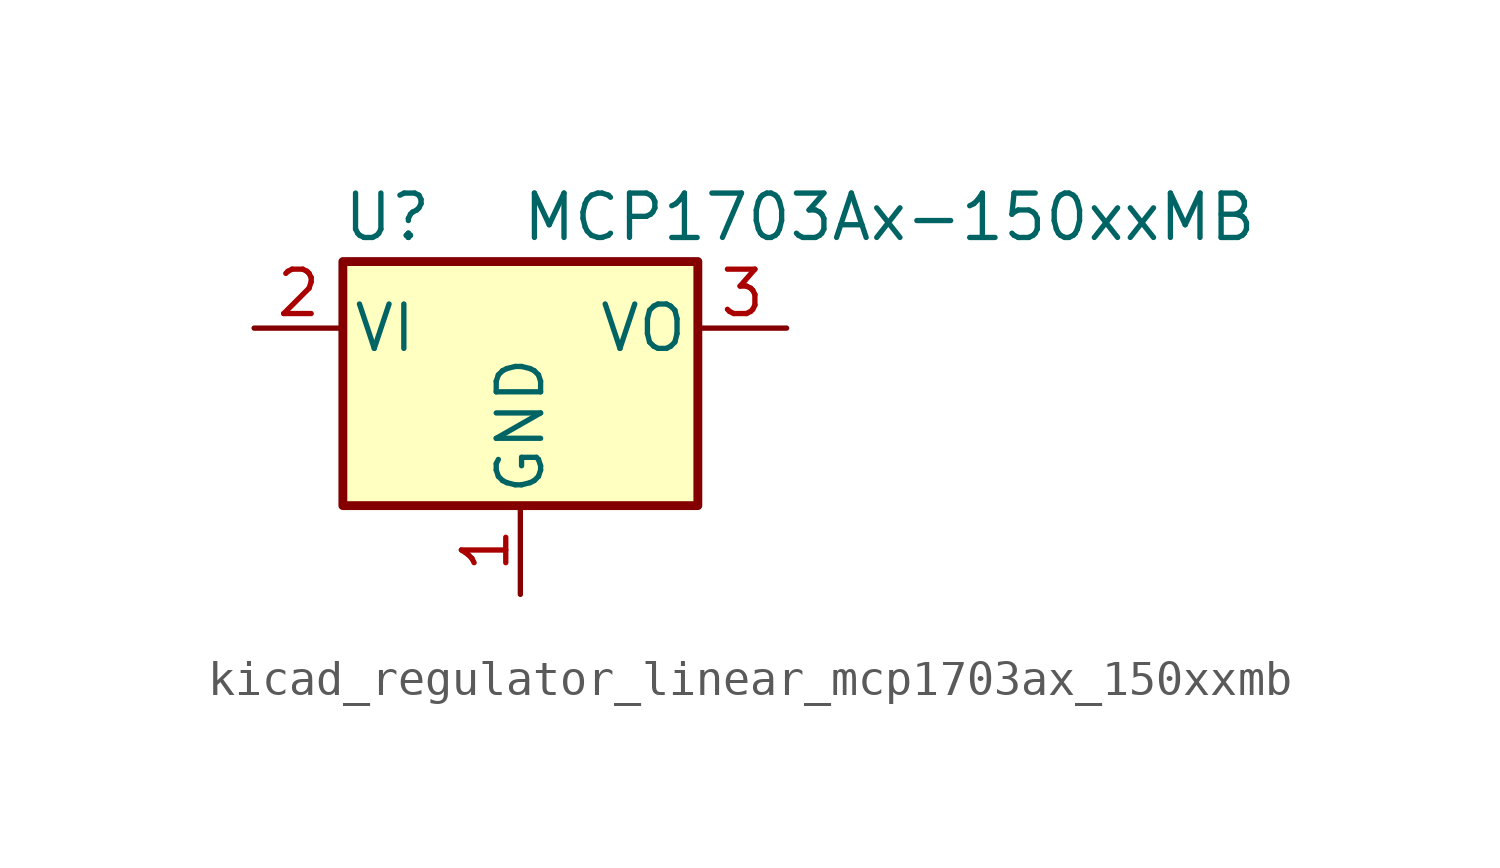
<source format=kicad_sym>
(kicad_symbol_lib
  (version 20220914)
  (generator kicad_symbol_editor)
  (symbol "kicad_regulator_linear_mcp1703ax_150xxmb"
    (pin_names
      (offset 0.254))
    (property "Reference" "U"
      (at -3.81 3.175 0)
      (effects (font (size 1.27 1.27))))
    (property "Value" "MCP1703Ax-150xxMB"
      (at 0 3.175 0)
      (effects (font (size 1.27 1.27)) (justify left)))
    (symbol "kicad_regulator_linear_mcp1703ax_150xxmb_0_1"
      (rectangle (start -5.08 -5.08) (end 5.08 1.905) (stroke (width 0.254) (type default)) (fill (type background))))
    (symbol "kicad_regulator_linear_mcp1703ax_150xxmb_1_1"
      (pin power_in line (at 0 -7.62 90) (length 2.54) (name "GND" (effects (font (size 1.27 1.27)))) (number "1" (effects (font (size 1.27 1.27)))))
      (pin power_in line (at -7.62 0 0) (length 2.54) (name "VI" (effects (font (size 1.27 1.27)))) (number "2" (effects (font (size 1.27 1.27)))))
      (pin power_out line (at 7.62 0 180) (length 2.54) (name "VO" (effects (font (size 1.27 1.27)))) (number "3" (effects (font (size 1.27 1.27))))))))
</source>
